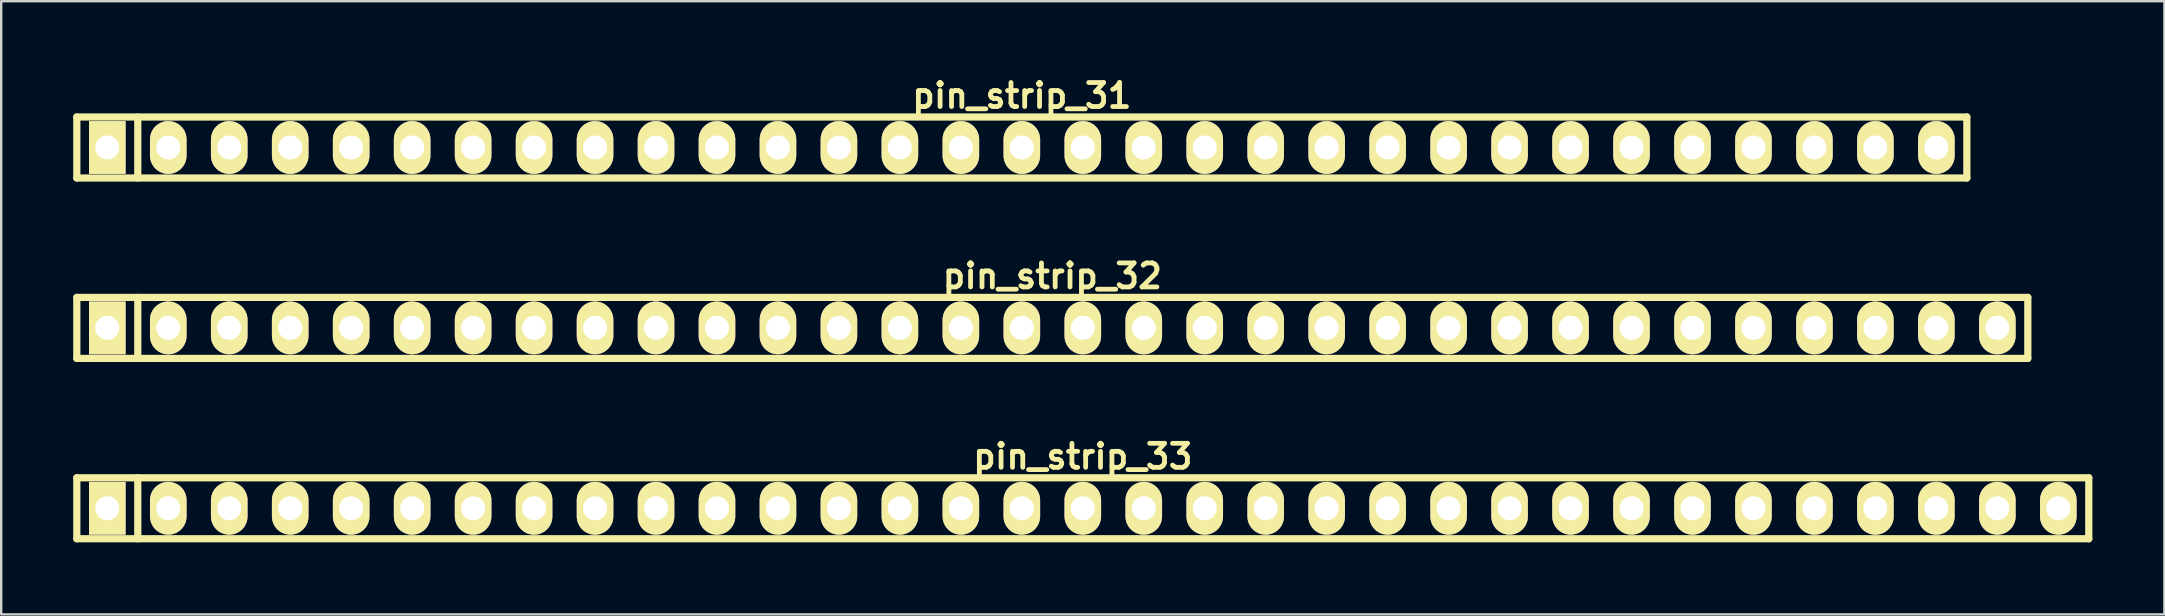
<source format=kicad_pcb>
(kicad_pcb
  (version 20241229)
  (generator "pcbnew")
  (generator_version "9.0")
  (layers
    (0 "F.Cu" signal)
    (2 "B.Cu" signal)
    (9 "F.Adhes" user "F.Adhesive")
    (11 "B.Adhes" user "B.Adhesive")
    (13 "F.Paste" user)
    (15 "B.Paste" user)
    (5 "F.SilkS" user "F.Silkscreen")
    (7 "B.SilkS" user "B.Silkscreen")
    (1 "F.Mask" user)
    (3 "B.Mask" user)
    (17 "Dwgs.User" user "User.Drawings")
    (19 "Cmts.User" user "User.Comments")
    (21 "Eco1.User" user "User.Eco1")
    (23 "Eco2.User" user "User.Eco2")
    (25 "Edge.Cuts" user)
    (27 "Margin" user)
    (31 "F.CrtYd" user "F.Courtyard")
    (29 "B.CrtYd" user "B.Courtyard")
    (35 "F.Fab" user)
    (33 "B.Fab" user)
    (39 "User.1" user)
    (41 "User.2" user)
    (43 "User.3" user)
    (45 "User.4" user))
  (footprint "pin_strip_31"
    (layer "F.Cu")
    (at 39.52 3.095)
    (property "Reference" "pin_strip_31" (at 0 -2.159 0) (layer "F.SilkS") (effects (font (size 1 1) (thickness 0.2))))
    (attr through_hole)
    (fp_line (start -39.37 -1.27) (end 39.37 -1.27) (stroke (width 0.3) (type solid)) (layer "F.SilkS"))
    (fp_line (start -39.37 1.27) (end -39.37 -1.27) (stroke (width 0.3) (type solid)) (layer "F.SilkS"))
    (fp_line (start -36.83 -1.27) (end -36.83 1.27) (stroke (width 0.3) (type solid)) (layer "F.SilkS"))
    (fp_line (start 39.37 -1.27) (end 39.37 1.27) (stroke (width 0.3) (type solid)) (layer "F.SilkS"))
    (fp_line (start 39.37 1.27) (end -39.37 1.27) (stroke (width 0.3) (type solid)) (layer "F.SilkS"))
    (pad "1" thru_hole rect (at -38.1 0) (size 1.524 2.2) (drill 1.001) (layers "*.Cu" "*.Mask" "F.SilkS"))
    (pad "2" thru_hole oval (at -35.56 0) (size 1.524 2.2) (drill 1.001) (layers "*.Cu" "*.Mask" "F.SilkS"))
    (pad "3" thru_hole oval (at -33.02 0) (size 1.524 2.2) (drill 1.001) (layers "*.Cu" "*.Mask" "F.SilkS"))
    (pad "4" thru_hole oval (at -30.48 0) (size 1.524 2.2) (drill 1.001) (layers "*.Cu" "*.Mask" "F.SilkS"))
    (pad "5" thru_hole oval (at -27.94 0) (size 1.524 2.2) (drill 1.001) (layers "*.Cu" "*.Mask" "F.SilkS"))
    (pad "6" thru_hole oval (at -25.4 0) (size 1.524 2.2) (drill 1.001) (layers "*.Cu" "*.Mask" "F.SilkS"))
    (pad "7" thru_hole oval (at -22.86 0) (size 1.524 2.2) (drill 1.001) (layers "*.Cu" "*.Mask" "F.SilkS"))
    (pad "8" thru_hole oval (at -20.32 0) (size 1.524 2.2) (drill 1.001) (layers "*.Cu" "*.Mask" "F.SilkS"))
    (pad "9" thru_hole oval (at -17.78 0) (size 1.524 2.2) (drill 1.001) (layers "*.Cu" "*.Mask" "F.SilkS"))
    (pad "10" thru_hole oval (at -15.24 0) (size 1.524 2.2) (drill 1.001) (layers "*.Cu" "*.Mask" "F.SilkS"))
    (pad "11" thru_hole oval (at -12.7 0) (size 1.524 2.2) (drill 1.001) (layers "*.Cu" "*.Mask" "F.SilkS"))
    (pad "12" thru_hole oval (at -10.16 0) (size 1.524 2.2) (drill 1.001) (layers "*.Cu" "*.Mask" "F.SilkS"))
    (pad "13" thru_hole oval (at -7.62 0) (size 1.524 2.2) (drill 1.001) (layers "*.Cu" "*.Mask" "F.SilkS"))
    (pad "14" thru_hole oval (at -5.08 0) (size 1.524 2.2) (drill 1.001) (layers "*.Cu" "*.Mask" "F.SilkS"))
    (pad "15" thru_hole oval (at -2.54 0) (size 1.524 2.2) (drill 1.001) (layers "*.Cu" "*.Mask" "F.SilkS"))
    (pad "16" thru_hole oval (at 0 0) (size 1.524 2.2) (drill 1.001) (layers "*.Cu" "*.Mask" "F.SilkS"))
    (pad "17" thru_hole oval (at 2.54 0) (size 1.524 2.2) (drill 1.001) (layers "*.Cu" "*.Mask" "F.SilkS"))
    (pad "18" thru_hole oval (at 5.08 0) (size 1.524 2.2) (drill 1.001) (layers "*.Cu" "*.Mask" "F.SilkS"))
    (pad "19" thru_hole oval (at 7.62 0) (size 1.524 2.2) (drill 1.001) (layers "*.Cu" "*.Mask" "F.SilkS"))
    (pad "20" thru_hole oval (at 10.16 0) (size 1.524 2.2) (drill 1.001) (layers "*.Cu" "*.Mask" "F.SilkS"))
    (pad "21" thru_hole oval (at 12.7 0) (size 1.524 2.2) (drill 1.001) (layers "*.Cu" "*.Mask" "F.SilkS"))
    (pad "22" thru_hole oval (at 15.24 0) (size 1.524 2.2) (drill 1.001) (layers "*.Cu" "*.Mask" "F.SilkS"))
    (pad "23" thru_hole oval (at 17.78 0) (size 1.524 2.2) (drill 1.001) (layers "*.Cu" "*.Mask" "F.SilkS"))
    (pad "24" thru_hole oval (at 20.32 0) (size 1.524 2.2) (drill 1.001) (layers "*.Cu" "*.Mask" "F.SilkS"))
    (pad "25" thru_hole oval (at 22.86 0) (size 1.524 2.2) (drill 1.001) (layers "*.Cu" "*.Mask" "F.SilkS"))
    (pad "26" thru_hole oval (at 25.4 0) (size 1.524 2.2) (drill 1.001) (layers "*.Cu" "*.Mask" "F.SilkS"))
    (pad "27" thru_hole oval (at 27.94 0) (size 1.524 2.2) (drill 1.001) (layers "*.Cu" "*.Mask" "F.SilkS"))
    (pad "28" thru_hole oval (at 30.48 0) (size 1.524 2.2) (drill 1.001) (layers "*.Cu" "*.Mask" "F.SilkS"))
    (pad "29" thru_hole oval (at 33.02 0) (size 1.524 2.2) (drill 1.001) (layers "*.Cu" "*.Mask" "F.SilkS"))
    (pad "30" thru_hole oval (at 35.56 0) (size 1.524 2.2) (drill 1.001) (layers "*.Cu" "*.Mask" "F.SilkS"))
    (pad "31" thru_hole oval (at 38.1 0) (size 1.524 2.2) (drill 1.001) (layers "*.Cu" "*.Mask" "F.SilkS")))
  (footprint "pin_strip_33"
    (layer "F.Cu")
    (at 42.06 18.125)
    (property "Reference" "pin_strip_33" (at 0 -2.159 0) (layer "F.SilkS") (effects (font (size 1 1) (thickness 0.2))))
    (attr through_hole)
    (fp_line (start -41.91 -1.27) (end 41.91 -1.27) (stroke (width 0.3) (type solid)) (layer "F.SilkS"))
    (fp_line (start -41.91 1.27) (end -41.91 -1.27) (stroke (width 0.3) (type solid)) (layer "F.SilkS"))
    (fp_line (start -39.37 -1.27) (end -39.37 1.27) (stroke (width 0.3) (type solid)) (layer "F.SilkS"))
    (fp_line (start 41.91 -1.27) (end 41.91 1.27) (stroke (width 0.3) (type solid)) (layer "F.SilkS"))
    (fp_line (start 41.91 1.27) (end -41.91 1.27) (stroke (width 0.3) (type solid)) (layer "F.SilkS"))
    (pad "1" thru_hole rect (at -40.64 0) (size 1.524 2.2) (drill 1.001) (layers "*.Cu" "*.Mask" "F.SilkS"))
    (pad "2" thru_hole oval (at -38.1 0) (size 1.524 2.2) (drill 1.001) (layers "*.Cu" "*.Mask" "F.SilkS"))
    (pad "3" thru_hole oval (at -35.56 0) (size 1.524 2.2) (drill 1.001) (layers "*.Cu" "*.Mask" "F.SilkS"))
    (pad "4" thru_hole oval (at -33.02 0) (size 1.524 2.2) (drill 1.001) (layers "*.Cu" "*.Mask" "F.SilkS"))
    (pad "5" thru_hole oval (at -30.48 0) (size 1.524 2.2) (drill 1.001) (layers "*.Cu" "*.Mask" "F.SilkS"))
    (pad "6" thru_hole oval (at -27.94 0) (size 1.524 2.2) (drill 1.001) (layers "*.Cu" "*.Mask" "F.SilkS"))
    (pad "7" thru_hole oval (at -25.4 0) (size 1.524 2.2) (drill 1.001) (layers "*.Cu" "*.Mask" "F.SilkS"))
    (pad "8" thru_hole oval (at -22.86 0) (size 1.524 2.2) (drill 1.001) (layers "*.Cu" "*.Mask" "F.SilkS"))
    (pad "9" thru_hole oval (at -20.32 0) (size 1.524 2.2) (drill 1.001) (layers "*.Cu" "*.Mask" "F.SilkS"))
    (pad "10" thru_hole oval (at -17.78 0) (size 1.524 2.2) (drill 1.001) (layers "*.Cu" "*.Mask" "F.SilkS"))
    (pad "11" thru_hole oval (at -15.24 0) (size 1.524 2.2) (drill 1.001) (layers "*.Cu" "*.Mask" "F.SilkS"))
    (pad "12" thru_hole oval (at -12.7 0) (size 1.524 2.2) (drill 1.001) (layers "*.Cu" "*.Mask" "F.SilkS"))
    (pad "13" thru_hole oval (at -10.16 0) (size 1.524 2.2) (drill 1.001) (layers "*.Cu" "*.Mask" "F.SilkS"))
    (pad "14" thru_hole oval (at -7.62 0) (size 1.524 2.2) (drill 1.001) (layers "*.Cu" "*.Mask" "F.SilkS"))
    (pad "15" thru_hole oval (at -5.08 0) (size 1.524 2.2) (drill 1.001) (layers "*.Cu" "*.Mask" "F.SilkS"))
    (pad "16" thru_hole oval (at -2.54 0) (size 1.524 2.2) (drill 1.001) (layers "*.Cu" "*.Mask" "F.SilkS"))
    (pad "17" thru_hole oval (at 0 0) (size 1.524 2.2) (drill 1.001) (layers "*.Cu" "*.Mask" "F.SilkS"))
    (pad "18" thru_hole oval (at 2.54 0) (size 1.524 2.2) (drill 1.001) (layers "*.Cu" "*.Mask" "F.SilkS"))
    (pad "19" thru_hole oval (at 5.08 0) (size 1.524 2.2) (drill 1.001) (layers "*.Cu" "*.Mask" "F.SilkS"))
    (pad "20" thru_hole oval (at 7.62 0) (size 1.524 2.2) (drill 1.001) (layers "*.Cu" "*.Mask" "F.SilkS"))
    (pad "21" thru_hole oval (at 10.16 0) (size 1.524 2.2) (drill 1.001) (layers "*.Cu" "*.Mask" "F.SilkS"))
    (pad "22" thru_hole oval (at 12.7 0) (size 1.524 2.2) (drill 1.001) (layers "*.Cu" "*.Mask" "F.SilkS"))
    (pad "23" thru_hole oval (at 15.24 0) (size 1.524 2.2) (drill 1.001) (layers "*.Cu" "*.Mask" "F.SilkS"))
    (pad "24" thru_hole oval (at 17.78 0) (size 1.524 2.2) (drill 1.001) (layers "*.Cu" "*.Mask" "F.SilkS"))
    (pad "25" thru_hole oval (at 20.32 0) (size 1.524 2.2) (drill 1.001) (layers "*.Cu" "*.Mask" "F.SilkS"))
    (pad "26" thru_hole oval (at 22.86 0) (size 1.524 2.2) (drill 1.001) (layers "*.Cu" "*.Mask" "F.SilkS"))
    (pad "27" thru_hole oval (at 25.4 0) (size 1.524 2.2) (drill 1.001) (layers "*.Cu" "*.Mask" "F.SilkS"))
    (pad "28" thru_hole oval (at 27.94 0) (size 1.524 2.2) (drill 1.001) (layers "*.Cu" "*.Mask" "F.SilkS"))
    (pad "29" thru_hole oval (at 30.48 0) (size 1.524 2.2) (drill 1.001) (layers "*.Cu" "*.Mask" "F.SilkS"))
    (pad "30" thru_hole oval (at 33.02 0) (size 1.524 2.2) (drill 1.001) (layers "*.Cu" "*.Mask" "F.SilkS"))
    (pad "31" thru_hole oval (at 35.56 0) (size 1.524 2.2) (drill 1.001) (layers "*.Cu" "*.Mask" "F.SilkS"))
    (pad "32" thru_hole oval (at 38.1 0) (size 1.524 2.2) (drill 1.001) (layers "*.Cu" "*.Mask" "F.SilkS"))
    (pad "33" thru_hole oval (at 40.64 0) (size 1.524 2.2) (drill 1.001) (layers "*.Cu" "*.Mask" "F.SilkS")))
  (footprint "pin_strip_32"
    (layer "F.Cu")
    (at 40.79 10.61)
    (property "Reference" "pin_strip_32" (at 0 -2.159 0) (layer "F.SilkS") (effects (font (size 1 1) (thickness 0.2))))
    (attr through_hole)
    (fp_line (start -40.64 -1.27) (end 40.64 -1.27) (stroke (width 0.3) (type solid)) (layer "F.SilkS"))
    (fp_line (start -40.64 1.27) (end -40.64 -1.27) (stroke (width 0.3) (type solid)) (layer "F.SilkS"))
    (fp_line (start -38.1 -1.27) (end -38.1 1.27) (stroke (width 0.3) (type solid)) (layer "F.SilkS"))
    (fp_line (start 40.64 -1.27) (end 40.64 1.27) (stroke (width 0.3) (type solid)) (layer "F.SilkS"))
    (fp_line (start 40.64 1.27) (end -40.64 1.27) (stroke (width 0.3) (type solid)) (layer "F.SilkS"))
    (pad "1" thru_hole rect (at -39.37 0) (size 1.524 2.2) (drill 1.001) (layers "*.Cu" "*.Mask" "F.SilkS"))
    (pad "2" thru_hole oval (at -36.83 0) (size 1.524 2.2) (drill 1.001) (layers "*.Cu" "*.Mask" "F.SilkS"))
    (pad "3" thru_hole oval (at -34.29 0) (size 1.524 2.2) (drill 1.001) (layers "*.Cu" "*.Mask" "F.SilkS"))
    (pad "4" thru_hole oval (at -31.75 0) (size 1.524 2.2) (drill 1.001) (layers "*.Cu" "*.Mask" "F.SilkS"))
    (pad "5" thru_hole oval (at -29.21 0) (size 1.524 2.2) (drill 1.001) (layers "*.Cu" "*.Mask" "F.SilkS"))
    (pad "6" thru_hole oval (at -26.67 0) (size 1.524 2.2) (drill 1.001) (layers "*.Cu" "*.Mask" "F.SilkS"))
    (pad "7" thru_hole oval (at -24.13 0) (size 1.524 2.2) (drill 1.001) (layers "*.Cu" "*.Mask" "F.SilkS"))
    (pad "8" thru_hole oval (at -21.59 0) (size 1.524 2.2) (drill 1.001) (layers "*.Cu" "*.Mask" "F.SilkS"))
    (pad "9" thru_hole oval (at -19.05 0) (size 1.524 2.2) (drill 1.001) (layers "*.Cu" "*.Mask" "F.SilkS"))
    (pad "10" thru_hole oval (at -16.51 0) (size 1.524 2.2) (drill 1.001) (layers "*.Cu" "*.Mask" "F.SilkS"))
    (pad "11" thru_hole oval (at -13.97 0) (size 1.524 2.2) (drill 1.001) (layers "*.Cu" "*.Mask" "F.SilkS"))
    (pad "12" thru_hole oval (at -11.43 0) (size 1.524 2.2) (drill 1.001) (layers "*.Cu" "*.Mask" "F.SilkS"))
    (pad "13" thru_hole oval (at -8.89 0) (size 1.524 2.2) (drill 1.001) (layers "*.Cu" "*.Mask" "F.SilkS"))
    (pad "14" thru_hole oval (at -6.35 0) (size 1.524 2.2) (drill 1.001) (layers "*.Cu" "*.Mask" "F.SilkS"))
    (pad "15" thru_hole oval (at -3.81 0) (size 1.524 2.2) (drill 1.001) (layers "*.Cu" "*.Mask" "F.SilkS"))
    (pad "16" thru_hole oval (at -1.27 0) (size 1.524 2.2) (drill 1.001) (layers "*.Cu" "*.Mask" "F.SilkS"))
    (pad "17" thru_hole oval (at 1.27 0) (size 1.524 2.2) (drill 1.001) (layers "*.Cu" "*.Mask" "F.SilkS"))
    (pad "18" thru_hole oval (at 3.81 0) (size 1.524 2.2) (drill 1.001) (layers "*.Cu" "*.Mask" "F.SilkS"))
    (pad "19" thru_hole oval (at 6.35 0) (size 1.524 2.2) (drill 1.001) (layers "*.Cu" "*.Mask" "F.SilkS"))
    (pad "20" thru_hole oval (at 8.89 0) (size 1.524 2.2) (drill 1.001) (layers "*.Cu" "*.Mask" "F.SilkS"))
    (pad "21" thru_hole oval (at 11.43 0) (size 1.524 2.2) (drill 1.001) (layers "*.Cu" "*.Mask" "F.SilkS"))
    (pad "22" thru_hole oval (at 13.97 0) (size 1.524 2.2) (drill 1.001) (layers "*.Cu" "*.Mask" "F.SilkS"))
    (pad "23" thru_hole oval (at 16.51 0) (size 1.524 2.2) (drill 1.001) (layers "*.Cu" "*.Mask" "F.SilkS"))
    (pad "24" thru_hole oval (at 19.05 0) (size 1.524 2.2) (drill 1.001) (layers "*.Cu" "*.Mask" "F.SilkS"))
    (pad "25" thru_hole oval (at 21.59 0) (size 1.524 2.2) (drill 1.001) (layers "*.Cu" "*.Mask" "F.SilkS"))
    (pad "26" thru_hole oval (at 24.13 0) (size 1.524 2.2) (drill 1.001) (layers "*.Cu" "*.Mask" "F.SilkS"))
    (pad "27" thru_hole oval (at 26.67 0) (size 1.524 2.2) (drill 1.001) (layers "*.Cu" "*.Mask" "F.SilkS"))
    (pad "28" thru_hole oval (at 29.21 0) (size 1.524 2.2) (drill 1.001) (layers "*.Cu" "*.Mask" "F.SilkS"))
    (pad "29" thru_hole oval (at 31.75 0) (size 1.524 2.2) (drill 1.001) (layers "*.Cu" "*.Mask" "F.SilkS"))
    (pad "30" thru_hole oval (at 34.29 0) (size 1.524 2.2) (drill 1.001) (layers "*.Cu" "*.Mask" "F.SilkS"))
    (pad "31" thru_hole oval (at 36.83 0) (size 1.524 2.2) (drill 1.001) (layers "*.Cu" "*.Mask" "F.SilkS"))
    (pad "32" thru_hole oval (at 39.37 0) (size 1.524 2.2) (drill 1.001) (layers "*.Cu" "*.Mask" "F.SilkS")))
  (gr_rect
    (start -3 -3)
    (end 87.12 22.545)
    (stroke (width 0.1) (type default))
    (fill no)
    (layer "Edge.Cuts")))
</source>
